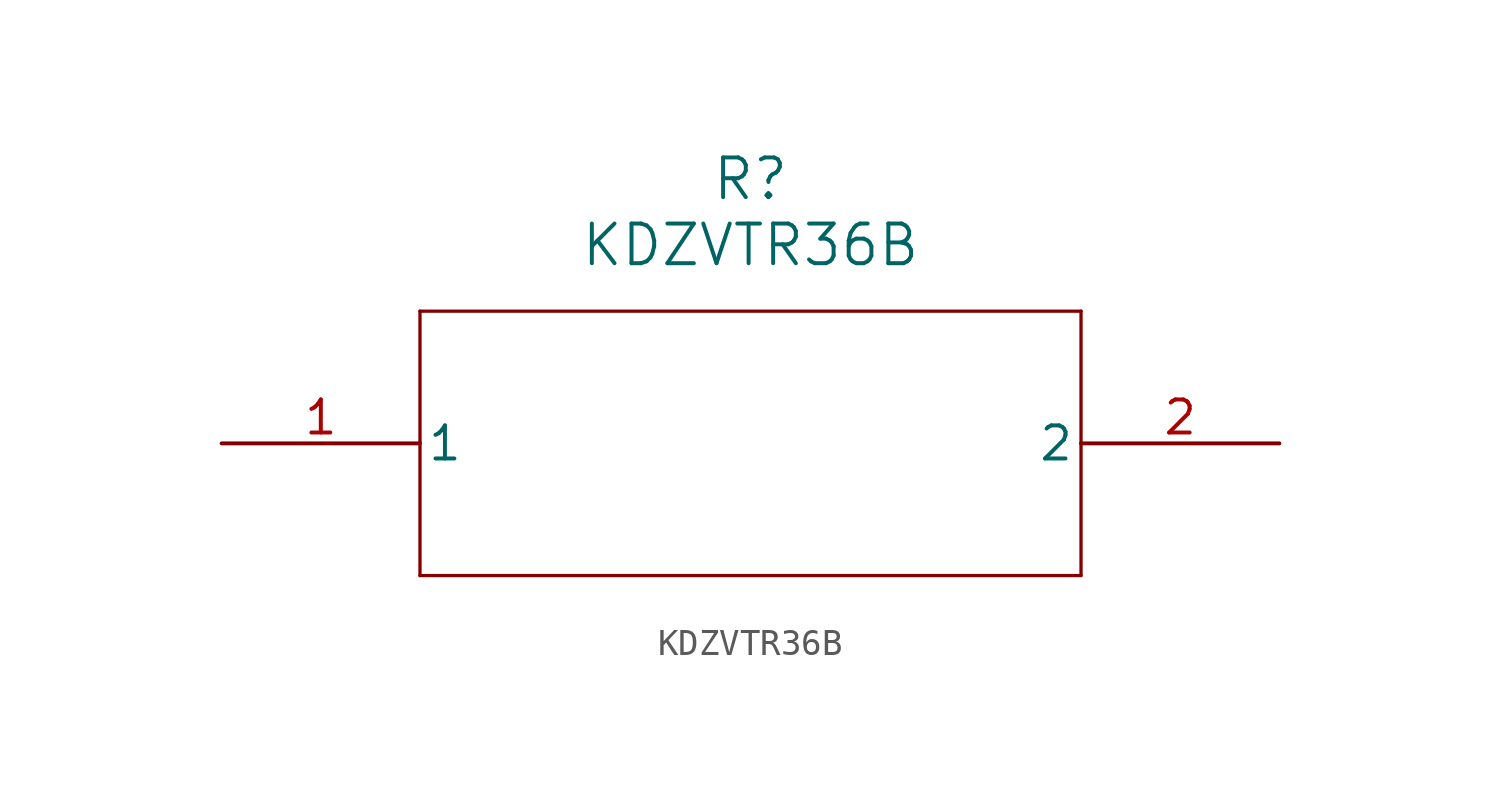
<source format=kicad_sym>
(kicad_symbol_lib
  (version 20211014)
  (generator kicad_symbol_editor)
  (symbol "KDZVTR36B"
    (pin_names
      (offset 0.254))
    (property "Reference" "R"
      (at 20.32 10.16 0)
      (effects (font (size 1.524 1.524))))
    (property "Value" "KDZVTR36B"
      (at 20.32 7.62 0)
      (effects (font (size 1.524 1.524))))
    (symbol "KDZVTR36B_0_1"
      (polyline (pts (xy 7.62 5.08) (xy 7.62 -5.08)) (stroke (width 0.127) (type default) (color 0 0 0 0)) (fill (type none)))
      (polyline (pts (xy 7.62 -5.08) (xy 33.02 -5.08)) (stroke (width 0.127) (type default) (color 0 0 0 0)) (fill (type none)))
      (polyline (pts (xy 33.02 -5.08) (xy 33.02 5.08)) (stroke (width 0.127) (type default) (color 0 0 0 0)) (fill (type none)))
      (polyline (pts (xy 33.02 5.08) (xy 7.62 5.08)) (stroke (width 0.127) (type default) (color 0 0 0 0)) (fill (type none)))
      (pin unspecified line (at 0 0 0) (length 7.62) (name "1" (effects (font (size 1.27 1.27)))) (number "1" (effects (font (size 1.27 1.27)))))
      (pin unspecified line (at 40.64 0 180) (length 7.62) (name "2" (effects (font (size 1.27 1.27)))) (number "2" (effects (font (size 1.27 1.27))))))))
</source>
